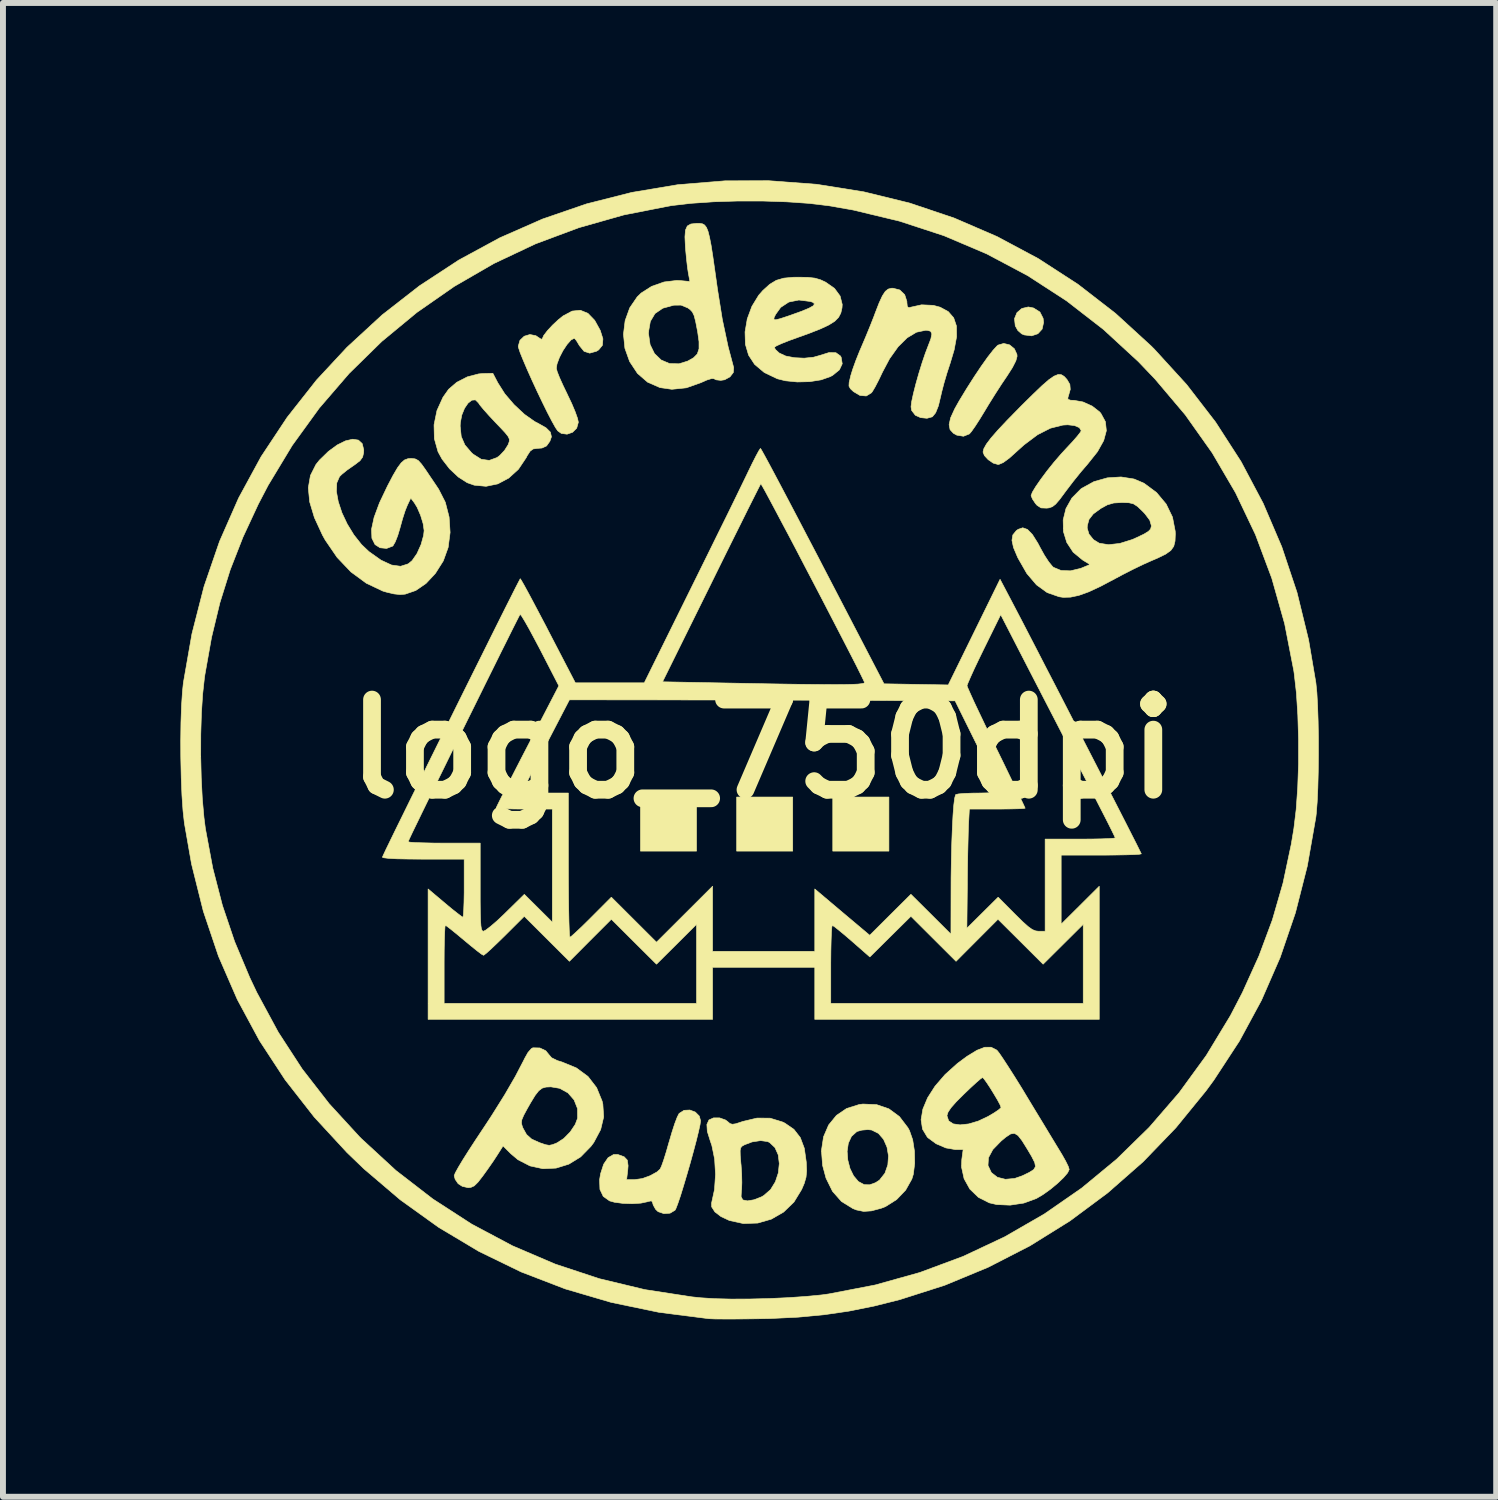
<source format=kicad_pcb>
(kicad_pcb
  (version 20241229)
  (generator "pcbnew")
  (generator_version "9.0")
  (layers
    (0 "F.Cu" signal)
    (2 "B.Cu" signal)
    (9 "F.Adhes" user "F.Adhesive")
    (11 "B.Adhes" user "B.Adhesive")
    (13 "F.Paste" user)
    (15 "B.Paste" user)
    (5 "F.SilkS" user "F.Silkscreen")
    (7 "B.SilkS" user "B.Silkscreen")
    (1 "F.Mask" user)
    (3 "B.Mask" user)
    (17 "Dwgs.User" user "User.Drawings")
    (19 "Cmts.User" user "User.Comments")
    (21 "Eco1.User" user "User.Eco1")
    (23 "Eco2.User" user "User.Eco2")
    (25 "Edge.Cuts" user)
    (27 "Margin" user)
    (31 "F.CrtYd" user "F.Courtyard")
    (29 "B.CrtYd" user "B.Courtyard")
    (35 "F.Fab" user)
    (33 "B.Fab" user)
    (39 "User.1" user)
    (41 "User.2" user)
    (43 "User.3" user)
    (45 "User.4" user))
  (footprint "logo_750dpi"
    (layer "F.Cu")
    (at 9.843 9.611)
    (property "Reference" "logo_750dpi" (at 0 0 0) (layer "F.SilkS") (effects (font (size 1.524 1.524) (thickness 0.3))))
    (attr through_hole)
    (fp_poly (pts (xy -1.118 1.727) (xy -2.066 1.727) (xy -2.066 0.813) (xy -1.118 0.813) (xy -1.118 1.727)) (stroke (width 0.01) (type solid)) (fill yes) (layer "F.SilkS"))
    (fp_poly (pts (xy 0.508 1.727) (xy -0.44 1.727) (xy -0.44 0.813) (xy 0.508 0.813) (xy 0.508 1.727)) (stroke (width 0.01) (type solid)) (fill yes) (layer "F.SilkS"))
    (fp_poly (pts (xy 2.134 1.727) (xy 1.185 1.727) (xy 1.185 0.813) (xy 2.134 0.813) (xy 2.134 1.727)) (stroke (width 0.01) (type solid)) (fill yes) (layer "F.SilkS"))
    (fp_poly (pts (xy 4.58 -7.454) (xy 4.687 -7.386) (xy 4.741 -7.28) (xy 4.749 -7.21) (xy 4.724 -7.097) (xy 4.652 -7.019) (xy 4.547 -6.984) (xy 4.422 -6.999) (xy 4.379 -7.017) (xy 4.314 -7.074) (xy 4.27 -7.153) (xy 4.257 -7.274) (xy 4.299 -7.376) (xy 4.381 -7.446) (xy 4.49 -7.472) (xy 4.58 -7.454)) (stroke (width 0.01) (type solid)) (fill yes) (layer "F.SilkS"))
    (fp_poly (pts (xy 4.174 -6.831) (xy 4.255 -6.765) (xy 4.298 -6.67) (xy 4.301 -6.638) (xy 4.28 -6.561) (xy 4.222 -6.447) (xy 4.135 -6.311) (xy 4.132 -6.306) (xy 4.042 -6.173) (xy 3.934 -6.006) (xy 3.824 -5.83) (xy 3.756 -5.717) (xy 3.67 -5.576) (xy 3.592 -5.455) (xy 3.53 -5.367) (xy 3.495 -5.326) (xy 3.395 -5.286) (xy 3.281 -5.305) (xy 3.225 -5.336) (xy 3.168 -5.398) (xy 3.152 -5.482) (xy 3.177 -5.597) (xy 3.246 -5.748) (xy 3.321 -5.882) (xy 3.446 -6.088) (xy 3.572 -6.286) (xy 3.693 -6.467) (xy 3.803 -6.622) (xy 3.895 -6.74) (xy 3.962 -6.813) (xy 3.979 -6.827) (xy 4.075 -6.855) (xy 4.174 -6.831)) (stroke (width 0.01) (type solid)) (fill yes) (layer "F.SilkS"))
    (fp_poly (pts (xy 1.927 6.013) (xy 2.134 6.084) (xy 2.312 6.215) (xy 2.455 6.403) (xy 2.481 6.45) (xy 2.536 6.607) (xy 2.566 6.801) (xy 2.57 7.004) (xy 2.547 7.189) (xy 2.522 7.271) (xy 2.417 7.458) (xy 2.264 7.618) (xy 2.079 7.735) (xy 2.003 7.765) (xy 1.838 7.809) (xy 1.707 7.818) (xy 1.585 7.793) (xy 1.524 7.769) (xy 1.333 7.651) (xy 1.181 7.479) (xy 1.071 7.256) (xy 1.013 7.04) (xy 0.995 6.802) (xy 1.428 6.802) (xy 1.439 6.949) (xy 1.476 7.092) (xy 1.537 7.217) (xy 1.618 7.313) (xy 1.717 7.366) (xy 1.809 7.368) (xy 1.907 7.333) (xy 1.975 7.289) (xy 2.067 7.172) (xy 2.116 7.031) (xy 2.127 6.88) (xy 2.102 6.732) (xy 2.044 6.6) (xy 1.957 6.499) (xy 1.843 6.442) (xy 1.777 6.435) (xy 1.676 6.444) (xy 1.594 6.467) (xy 1.59 6.47) (xy 1.501 6.55) (xy 1.448 6.665) (xy 1.428 6.802) (xy 0.995 6.802) (xy 0.994 6.787) (xy 1.029 6.557) (xy 1.115 6.357) (xy 1.247 6.195) (xy 1.419 6.078) (xy 1.629 6.012) (xy 1.694 6.003) (xy 1.927 6.013)) (stroke (width 0.01) (type solid)) (fill yes) (layer "F.SilkS"))
    (fp_poly (pts (xy -1.138 6.139) (xy -1.071 6.207) (xy -1.05 6.285) (xy -1.059 6.353) (xy -1.085 6.47) (xy -1.123 6.625) (xy -1.171 6.806) (xy -1.225 7.002) (xy -1.282 7.199) (xy -1.338 7.387) (xy -1.389 7.553) (xy -1.434 7.685) (xy -1.467 7.771) (xy -1.482 7.798) (xy -1.566 7.848) (xy -1.671 7.855) (xy -1.768 7.822) (xy -1.81 7.782) (xy -1.85 7.71) (xy -1.863 7.664) (xy -1.88 7.639) (xy -1.94 7.651) (xy -1.95 7.655) (xy -2.058 7.678) (xy -2.206 7.687) (xy -2.364 7.682) (xy -2.506 7.663) (xy -2.588 7.64) (xy -2.695 7.564) (xy -2.751 7.446) (xy -2.757 7.283) (xy -2.74 7.18) (xy -2.688 7.02) (xy -2.613 6.91) (xy -2.522 6.857) (xy -2.445 6.857) (xy -2.341 6.895) (xy -2.288 6.952) (xy -2.275 7.046) (xy -2.281 7.119) (xy -2.3 7.281) (xy -2.165 7.281) (xy -2.037 7.263) (xy -1.901 7.214) (xy -1.784 7.149) (xy -1.734 7.103) (xy -1.71 7.053) (xy -1.674 6.952) (xy -1.631 6.815) (xy -1.585 6.654) (xy -1.581 6.642) (xy -1.533 6.478) (xy -1.486 6.333) (xy -1.444 6.223) (xy -1.413 6.163) (xy -1.412 6.162) (xy -1.329 6.109) (xy -1.231 6.104) (xy -1.138 6.139)) (stroke (width 0.01) (type solid)) (fill yes) (layer "F.SilkS"))
    (fp_poly (pts (xy -2.954 -7.364) (xy -2.84 -7.246) (xy -2.746 -7.076) (xy -2.701 -6.933) (xy -2.709 -6.824) (xy -2.773 -6.746) (xy -2.81 -6.723) (xy -2.924 -6.691) (xy -3.019 -6.722) (xy -3.099 -6.82) (xy -3.103 -6.827) (xy -3.147 -6.901) (xy -3.18 -6.941) (xy -3.185 -6.943) (xy -3.24 -6.914) (xy -3.307 -6.838) (xy -3.376 -6.734) (xy -3.436 -6.618) (xy -3.477 -6.508) (xy -3.488 -6.435) (xy -3.474 -6.379) (xy -3.434 -6.277) (xy -3.374 -6.144) (xy -3.302 -5.995) (xy -3.302 -5.994) (xy -3.229 -5.841) (xy -3.17 -5.701) (xy -3.13 -5.589) (xy -3.116 -5.523) (xy -3.144 -5.423) (xy -3.214 -5.353) (xy -3.307 -5.321) (xy -3.404 -5.334) (xy -3.465 -5.378) (xy -3.505 -5.437) (xy -3.565 -5.545) (xy -3.64 -5.689) (xy -3.724 -5.86) (xy -3.812 -6.044) (xy -3.899 -6.232) (xy -3.979 -6.411) (xy -4.047 -6.57) (xy -4.099 -6.698) (xy -4.127 -6.783) (xy -4.132 -6.807) (xy -4.103 -6.908) (xy -4.031 -6.977) (xy -3.935 -7.006) (xy -3.834 -6.986) (xy -3.787 -6.954) (xy -3.741 -6.925) (xy -3.725 -6.936) (xy -3.701 -6.99) (xy -3.638 -7.072) (xy -3.55 -7.167) (xy -3.451 -7.259) (xy -3.373 -7.321) (xy -3.221 -7.402) (xy -3.082 -7.416) (xy -2.954 -7.364)) (stroke (width 0.01) (type solid)) (fill yes) (layer "F.SilkS"))
    (fp_poly (pts (xy -4.477 -6.189) (xy -4.359 -6.003) (xy -4.203 -5.821) (xy -4.029 -5.658) (xy -3.855 -5.535) (xy -3.8 -5.507) (xy -3.664 -5.43) (xy -3.589 -5.356) (xy -3.571 -5.277) (xy -3.597 -5.202) (xy -3.654 -5.122) (xy -3.731 -5.087) (xy -3.813 -5.081) (xy -3.881 -5.071) (xy -3.931 -5.034) (xy -3.983 -4.954) (xy -3.997 -4.925) (xy -4.129 -4.728) (xy -4.293 -4.579) (xy -4.478 -4.481) (xy -4.676 -4.44) (xy -4.876 -4.459) (xy -4.995 -4.501) (xy -5.145 -4.597) (xy -5.294 -4.737) (xy -5.42 -4.9) (xy -5.488 -5.024) (xy -5.55 -5.245) (xy -5.555 -5.459) (xy -5.114 -5.459) (xy -5.096 -5.282) (xy -5.034 -5.139) (xy -4.92 -5.006) (xy -4.894 -4.983) (xy -4.758 -4.897) (xy -4.622 -4.878) (xy -4.491 -4.926) (xy -4.444 -4.961) (xy -4.364 -5.046) (xy -4.304 -5.141) (xy -4.301 -5.148) (xy -4.284 -5.196) (xy -4.282 -5.237) (xy -4.303 -5.283) (xy -4.353 -5.346) (xy -4.44 -5.439) (xy -4.511 -5.513) (xy -4.62 -5.629) (xy -4.714 -5.734) (xy -4.781 -5.815) (xy -4.805 -5.851) (xy -4.856 -5.901) (xy -4.917 -5.896) (xy -4.981 -5.845) (xy -5.04 -5.759) (xy -5.086 -5.646) (xy -5.111 -5.516) (xy -5.114 -5.459) (xy -5.555 -5.459) (xy -5.555 -5.482) (xy -5.506 -5.721) (xy -5.405 -5.944) (xy -5.309 -6.08) (xy -5.171 -6.199) (xy -4.993 -6.29) (xy -4.802 -6.34) (xy -4.732 -6.346) (xy -4.561 -6.35) (xy -4.477 -6.189)) (stroke (width 0.01) (type solid)) (fill yes) (layer "F.SilkS"))
    (fp_poly (pts (xy -0.728 6.237) (xy -0.629 6.272) (xy -0.595 6.297) (xy -0.553 6.333) (xy -0.512 6.345) (xy -0.453 6.336) (xy -0.353 6.303) (xy -0.339 6.298) (xy -0.095 6.24) (xy 0.126 6.242) (xy 0.335 6.306) (xy 0.376 6.326) (xy 0.528 6.431) (xy 0.636 6.57) (xy 0.704 6.751) (xy 0.737 6.984) (xy 0.737 6.99) (xy 0.743 7.133) (xy 0.733 7.24) (xy 0.703 7.344) (xy 0.659 7.447) (xy 0.529 7.66) (xy 0.354 7.829) (xy 0.146 7.949) (xy -0.084 8.015) (xy -0.327 8.023) (xy -0.564 7.971) (xy -0.705 7.905) (xy -0.808 7.826) (xy -0.862 7.742) (xy -0.864 7.678) (xy -0.814 7.448) (xy -0.797 7.192) (xy -0.812 6.935) (xy -0.841 6.791) (xy -0.381 6.791) (xy -0.379 6.874) (xy -0.368 7.009) (xy -0.365 7.033) (xy -0.355 7.187) (xy -0.352 7.331) (xy -0.356 7.441) (xy -0.359 7.463) (xy -0.365 7.567) (xy -0.338 7.621) (xy -0.334 7.624) (xy -0.256 7.64) (xy -0.145 7.621) (xy -0.022 7.573) (xy 0.018 7.55) (xy 0.133 7.45) (xy 0.215 7.317) (xy 0.265 7.166) (xy 0.281 7.009) (xy 0.263 6.862) (xy 0.208 6.739) (xy 0.117 6.653) (xy 0.083 6.637) (xy -0.035 6.621) (xy -0.179 6.643) (xy -0.306 6.691) (xy -0.347 6.714) (xy -0.371 6.742) (xy -0.381 6.791) (xy -0.841 6.791) (xy -0.859 6.704) (xy -0.885 6.628) (xy -0.936 6.465) (xy -0.943 6.348) (xy -0.908 6.272) (xy -0.831 6.237) (xy -0.728 6.237)) (stroke (width 0.01) (type solid)) (fill yes) (layer "F.SilkS"))
    (fp_poly (pts (xy 2.318 -7.759) (xy 2.401 -7.679) (xy 2.438 -7.564) (xy 2.438 -7.549) (xy 2.445 -7.477) (xy 2.472 -7.459) (xy 2.496 -7.466) (xy 2.686 -7.508) (xy 2.885 -7.499) (xy 3 -7.468) (xy 3.138 -7.393) (xy 3.229 -7.288) (xy 3.276 -7.149) (xy 3.278 -6.969) (xy 3.237 -6.746) (xy 3.17 -6.522) (xy 3.115 -6.354) (xy 3.065 -6.184) (xy 3.027 -6.038) (xy 3.013 -5.977) (xy 2.971 -5.801) (xy 2.924 -5.683) (xy 2.87 -5.617) (xy 2.865 -5.614) (xy 2.778 -5.59) (xy 2.67 -5.601) (xy 2.581 -5.641) (xy 2.518 -5.723) (xy 2.508 -5.785) (xy 2.519 -5.872) (xy 2.548 -6.007) (xy 2.59 -6.172) (xy 2.641 -6.352) (xy 2.696 -6.53) (xy 2.75 -6.689) (xy 2.792 -6.799) (xy 2.843 -6.932) (xy 2.86 -7.016) (xy 2.84 -7.061) (xy 2.784 -7.077) (xy 2.755 -7.078) (xy 2.6 -7.045) (xy 2.443 -6.951) (xy 2.29 -6.8) (xy 2.146 -6.598) (xy 2.027 -6.374) (xy 1.962 -6.238) (xy 1.902 -6.122) (xy 1.854 -6.041) (xy 1.838 -6.02) (xy 1.751 -5.967) (xy 1.645 -5.976) (xy 1.535 -6.041) (xy 1.483 -6.09) (xy 1.459 -6.134) (xy 1.462 -6.195) (xy 1.486 -6.297) (xy 1.487 -6.304) (xy 1.522 -6.418) (xy 1.576 -6.568) (xy 1.64 -6.728) (xy 1.667 -6.79) (xy 1.741 -6.964) (xy 1.819 -7.154) (xy 1.887 -7.327) (xy 1.901 -7.366) (xy 1.969 -7.541) (xy 2.024 -7.66) (xy 2.073 -7.735) (xy 2.122 -7.774) (xy 2.18 -7.789) (xy 2.202 -7.789) (xy 2.318 -7.759)) (stroke (width 0.01) (type solid)) (fill yes) (layer "F.SilkS"))
    (fp_poly (pts (xy 0.768 -7.972) (xy 0.883 -7.959) (xy 0.978 -7.931) (xy 1.064 -7.891) (xy 1.214 -7.786) (xy 1.309 -7.657) (xy 1.345 -7.514) (xy 1.341 -7.455) (xy 1.321 -7.369) (xy 1.283 -7.296) (xy 1.219 -7.231) (xy 1.121 -7.169) (xy 0.981 -7.103) (xy 0.791 -7.028) (xy 0.599 -6.959) (xy 0.447 -6.904) (xy 0.321 -6.854) (xy 0.233 -6.814) (xy 0.196 -6.79) (xy 0.196 -6.789) (xy 0.218 -6.75) (xy 0.277 -6.696) (xy 0.284 -6.691) (xy 0.39 -6.642) (xy 0.537 -6.614) (xy 0.702 -6.606) (xy 0.859 -6.622) (xy 0.962 -6.651) (xy 1.122 -6.701) (xy 1.239 -6.698) (xy 1.315 -6.643) (xy 1.327 -6.621) (xy 1.345 -6.511) (xy 1.297 -6.409) (xy 1.183 -6.316) (xy 1.144 -6.295) (xy 0.989 -6.24) (xy 0.794 -6.209) (xy 0.585 -6.204) (xy 0.384 -6.224) (xy 0.248 -6.258) (xy 0.028 -6.363) (xy -0.136 -6.501) (xy -0.238 -6.657) (xy -0.292 -6.84) (xy -0.298 -7.05) (xy -0.262 -7.26) (xy 0.19 -7.26) (xy 0.222 -7.255) (xy 0.298 -7.274) (xy 0.425 -7.316) (xy 0.46 -7.328) (xy 0.652 -7.397) (xy 0.783 -7.451) (xy 0.856 -7.492) (xy 0.876 -7.525) (xy 0.847 -7.551) (xy 0.804 -7.565) (xy 0.611 -7.589) (xy 0.442 -7.555) (xy 0.305 -7.465) (xy 0.219 -7.346) (xy 0.192 -7.29) (xy 0.19 -7.26) (xy -0.262 -7.26) (xy -0.261 -7.269) (xy -0.182 -7.482) (xy -0.067 -7.67) (xy 0.002 -7.749) (xy 0.119 -7.855) (xy 0.23 -7.922) (xy 0.357 -7.959) (xy 0.519 -7.974) (xy 0.611 -7.975) (xy 0.768 -7.972)) (stroke (width 0.01) (type solid)) (fill yes) (layer "F.SilkS"))
    (fp_poly (pts (xy 5.048 -6.327) (xy 5.096 -6.298) (xy 5.144 -6.246) (xy 5.147 -6.241) (xy 5.193 -6.163) (xy 5.2 -6.078) (xy 5.168 -5.965) (xy 5.161 -5.947) (xy 5.16 -5.911) (xy 5.205 -5.895) (xy 5.264 -5.893) (xy 5.415 -5.866) (xy 5.57 -5.796) (xy 5.697 -5.697) (xy 5.719 -5.67) (xy 5.794 -5.532) (xy 5.81 -5.38) (xy 5.765 -5.213) (xy 5.66 -5.025) (xy 5.495 -4.818) (xy 5.379 -4.683) (xy 5.25 -4.523) (xy 5.132 -4.368) (xy 5.112 -4.341) (xy 5.02 -4.217) (xy 4.953 -4.139) (xy 4.898 -4.096) (xy 4.843 -4.076) (xy 4.802 -4.071) (xy 4.706 -4.075) (xy 4.638 -4.119) (xy 4.61 -4.151) (xy 4.561 -4.225) (xy 4.538 -4.281) (xy 4.538 -4.283) (xy 4.559 -4.34) (xy 4.617 -4.436) (xy 4.703 -4.56) (xy 4.808 -4.701) (xy 4.925 -4.847) (xy 5.045 -4.986) (xy 5.136 -5.085) (xy 5.238 -5.194) (xy 5.32 -5.288) (xy 5.372 -5.355) (xy 5.385 -5.38) (xy 5.354 -5.432) (xy 5.272 -5.467) (xy 5.156 -5.48) (xy 5.074 -5.475) (xy 4.863 -5.422) (xy 4.647 -5.312) (xy 4.419 -5.141) (xy 4.311 -5.044) (xy 4.171 -4.918) (xy 4.066 -4.841) (xy 3.992 -4.81) (xy 3.978 -4.809) (xy 3.898 -4.832) (xy 3.814 -4.889) (xy 3.749 -4.959) (xy 3.725 -5.019) (xy 3.739 -5.076) (xy 3.782 -5.153) (xy 3.859 -5.255) (xy 3.974 -5.387) (xy 4.13 -5.553) (xy 4.332 -5.759) (xy 4.385 -5.813) (xy 4.574 -5.999) (xy 4.722 -6.141) (xy 4.837 -6.241) (xy 4.925 -6.302) (xy 4.994 -6.33) (xy 5.048 -6.327)) (stroke (width 0.01) (type solid)) (fill yes) (layer "F.SilkS"))
    (fp_poly (pts (xy -1.061 -8.884) (xy -1.017 -8.877) (xy -0.982 -8.857) (xy -0.951 -8.817) (xy -0.924 -8.752) (xy -0.899 -8.653) (xy -0.872 -8.515) (xy -0.843 -8.33) (xy -0.809 -8.092) (xy -0.767 -7.794) (xy -0.764 -7.772) (xy -0.682 -7.26) (xy -0.584 -6.799) (xy -0.49 -6.446) (xy -0.496 -6.364) (xy -0.553 -6.29) (xy -0.643 -6.241) (xy -0.709 -6.231) (xy -0.786 -6.24) (xy -0.827 -6.26) (xy -0.864 -6.261) (xy -0.943 -6.237) (xy -1.04 -6.194) (xy -1.29 -6.105) (xy -1.535 -6.08) (xy -1.737 -6.109) (xy -1.945 -6.2) (xy -2.116 -6.348) (xy -2.249 -6.549) (xy -2.329 -6.773) (xy -2.353 -7.009) (xy -2.352 -7.021) (xy -1.93 -7.021) (xy -1.903 -6.835) (xy -1.829 -6.684) (xy -1.716 -6.575) (xy -1.575 -6.515) (xy -1.415 -6.511) (xy -1.269 -6.556) (xy -1.168 -6.613) (xy -1.105 -6.677) (xy -1.076 -6.764) (xy -1.076 -6.886) (xy -1.1 -7.057) (xy -1.105 -7.081) (xy -1.134 -7.23) (xy -1.159 -7.326) (xy -1.189 -7.388) (xy -1.228 -7.429) (xy -1.266 -7.456) (xy -1.38 -7.503) (xy -1.502 -7.502) (xy -1.688 -7.451) (xy -1.82 -7.361) (xy -1.899 -7.228) (xy -1.93 -7.05) (xy -1.93 -7.021) (xy -2.352 -7.021) (xy -2.325 -7.241) (xy -2.247 -7.457) (xy -2.121 -7.642) (xy -2.054 -7.707) (xy -1.877 -7.82) (xy -1.668 -7.894) (xy -1.454 -7.92) (xy -1.389 -7.917) (xy -1.23 -7.902) (xy -1.256 -8.04) (xy -1.271 -8.139) (xy -1.287 -8.279) (xy -1.302 -8.436) (xy -1.306 -8.485) (xy -1.314 -8.656) (xy -1.305 -8.771) (xy -1.274 -8.84) (xy -1.215 -8.874) (xy -1.124 -8.884) (xy -1.114 -8.884) (xy -1.061 -8.884)) (stroke (width 0.01) (type solid)) (fill yes) (layer "F.SilkS"))
    (fp_poly (pts (xy -3.766 5.055) (xy -3.667 5.102) (xy -3.619 5.161) (xy -3.569 5.22) (xy -3.472 5.268) (xy -3.391 5.293) (xy -3.15 5.392) (xy -2.953 5.537) (xy -2.807 5.726) (xy -2.714 5.954) (xy -2.702 6.004) (xy -2.688 6.221) (xy -2.739 6.435) (xy -2.855 6.653) (xy -2.904 6.719) (xy -3.077 6.896) (xy -3.277 7.019) (xy -3.493 7.086) (xy -3.715 7.096) (xy -3.933 7.049) (xy -4.137 6.944) (xy -4.258 6.842) (xy -4.389 6.711) (xy -4.486 6.864) (xy -4.558 6.974) (xy -4.65 7.106) (xy -4.73 7.217) (xy -4.813 7.324) (xy -4.876 7.386) (xy -4.933 7.412) (xy -4.978 7.417) (xy -5.078 7.394) (xy -5.148 7.349) (xy -5.198 7.276) (xy -5.215 7.215) (xy -5.197 7.168) (xy -5.146 7.075) (xy -5.068 6.945) (xy -4.969 6.788) (xy -4.855 6.613) (xy -4.833 6.58) (xy -4.664 6.325) (xy -4.079 6.325) (xy -4.064 6.38) (xy -4.053 6.408) (xy -3.992 6.518) (xy -3.906 6.595) (xy -3.774 6.655) (xy -3.768 6.657) (xy -3.672 6.69) (xy -3.609 6.701) (xy -3.551 6.689) (xy -3.476 6.659) (xy -3.363 6.586) (xy -3.253 6.474) (xy -3.168 6.347) (xy -3.129 6.243) (xy -3.13 6.08) (xy -3.188 5.933) (xy -3.292 5.814) (xy -3.432 5.737) (xy -3.58 5.712) (xy -3.664 5.716) (xy -3.729 5.735) (xy -3.786 5.779) (xy -3.847 5.857) (xy -3.922 5.98) (xy -3.978 6.078) (xy -4.04 6.193) (xy -4.072 6.269) (xy -4.079 6.325) (xy -4.664 6.325) (xy -4.576 6.19) (xy -4.357 5.84) (xy -4.18 5.534) (xy -4.045 5.275) (xy -4.024 5.232) (xy -3.967 5.131) (xy -3.91 5.066) (xy -3.884 5.052) (xy -3.766 5.055)) (stroke (width 0.01) (type solid)) (fill yes) (layer "F.SilkS"))
    (fp_poly (pts (xy 6.279 -4.563) (xy 6.446 -4.492) (xy 6.659 -4.334) (xy 6.821 -4.14) (xy 6.928 -3.919) (xy 6.974 -3.681) (xy 6.976 -3.634) (xy 6.971 -3.514) (xy 6.949 -3.425) (xy 6.899 -3.355) (xy 6.812 -3.293) (xy 6.677 -3.227) (xy 6.576 -3.184) (xy 6.435 -3.121) (xy 6.261 -3.037) (xy 6.079 -2.944) (xy 5.961 -2.881) (xy 5.714 -2.75) (xy 5.512 -2.656) (xy 5.345 -2.596) (xy 5.204 -2.566) (xy 5.079 -2.563) (xy 5.012 -2.573) (xy 4.81 -2.643) (xy 4.629 -2.774) (xy 4.465 -2.967) (xy 4.318 -3.224) (xy 4.309 -3.242) (xy 4.24 -3.405) (xy 4.214 -3.527) (xy 4.229 -3.618) (xy 4.287 -3.689) (xy 4.318 -3.712) (xy 4.397 -3.739) (xy 4.476 -3.711) (xy 4.559 -3.626) (xy 4.651 -3.48) (xy 4.691 -3.404) (xy 4.763 -3.274) (xy 4.837 -3.161) (xy 4.9 -3.084) (xy 4.916 -3.07) (xy 5.044 -3.017) (xy 5.203 -3.011) (xy 5.375 -3.052) (xy 5.4 -3.062) (xy 5.534 -3.118) (xy 5.409 -3.194) (xy 5.249 -3.326) (xy 5.141 -3.491) (xy 5.084 -3.676) (xy 5.083 -3.733) (xy 5.486 -3.733) (xy 5.516 -3.632) (xy 5.592 -3.538) (xy 5.69 -3.478) (xy 5.846 -3.453) (xy 6.037 -3.474) (xy 6.248 -3.54) (xy 6.318 -3.571) (xy 6.444 -3.631) (xy 6.52 -3.677) (xy 6.558 -3.717) (xy 6.57 -3.763) (xy 6.57 -3.778) (xy 6.544 -3.867) (xy 6.462 -3.976) (xy 6.422 -4.018) (xy 6.336 -4.1) (xy 6.268 -4.144) (xy 6.192 -4.162) (xy 6.08 -4.166) (xy 6.073 -4.166) (xy 5.935 -4.158) (xy 5.827 -4.127) (xy 5.716 -4.066) (xy 5.589 -3.973) (xy 5.517 -3.881) (xy 5.488 -3.776) (xy 5.486 -3.733) (xy 5.083 -3.733) (xy 5.08 -3.871) (xy 5.127 -4.063) (xy 5.227 -4.241) (xy 5.378 -4.394) (xy 5.396 -4.407) (xy 5.6 -4.519) (xy 5.826 -4.583) (xy 6.058 -4.598) (xy 6.279 -4.563)) (stroke (width 0.01) (type solid)) (fill yes) (layer "F.SilkS"))
    (fp_poly (pts (xy -6.834 -5.221) (xy -6.77 -5.162) (xy -6.744 -5.057) (xy -6.746 -5.007) (xy -6.763 -4.934) (xy -6.807 -4.873) (xy -6.894 -4.806) (xy -6.926 -4.784) (xy -7.029 -4.712) (xy -7.116 -4.641) (xy -7.154 -4.603) (xy -7.2 -4.497) (xy -7.206 -4.352) (xy -7.175 -4.181) (xy -7.113 -3.993) (xy -7.023 -3.802) (xy -6.911 -3.619) (xy -6.781 -3.455) (xy -6.657 -3.337) (xy -6.453 -3.192) (xy -6.274 -3.109) (xy -6.121 -3.088) (xy -5.992 -3.129) (xy -5.926 -3.184) (xy -5.844 -3.302) (xy -5.775 -3.455) (xy -5.732 -3.61) (xy -5.723 -3.691) (xy -5.74 -3.809) (xy -5.783 -3.95) (xy -5.841 -4.084) (xy -5.888 -4.161) (xy -5.949 -4.241) (xy -6.007 -4.119) (xy -6.044 -4.027) (xy -6.087 -3.894) (xy -6.127 -3.75) (xy -6.131 -3.735) (xy -6.17 -3.605) (xy -6.212 -3.499) (xy -6.249 -3.435) (xy -6.255 -3.429) (xy -6.357 -3.39) (xy -6.468 -3.401) (xy -6.553 -3.455) (xy -6.606 -3.562) (xy -6.612 -3.715) (xy -6.569 -3.914) (xy -6.478 -4.16) (xy -6.343 -4.444) (xy -6.248 -4.625) (xy -6.173 -4.753) (xy -6.111 -4.836) (xy -6.055 -4.885) (xy -5.996 -4.907) (xy -5.942 -4.911) (xy -5.876 -4.904) (xy -5.822 -4.876) (xy -5.766 -4.814) (xy -5.699 -4.72) (xy -5.615 -4.595) (xy -5.529 -4.468) (xy -5.477 -4.39) (xy -5.365 -4.17) (xy -5.301 -3.921) (xy -5.284 -3.66) (xy -5.317 -3.406) (xy -5.399 -3.179) (xy -5.533 -2.967) (xy -5.691 -2.798) (xy -5.864 -2.679) (xy -6.043 -2.617) (xy -6.13 -2.61) (xy -6.233 -2.621) (xy -6.36 -2.651) (xy -6.421 -2.669) (xy -6.7 -2.801) (xy -6.96 -2.992) (xy -7.194 -3.238) (xy -7.395 -3.532) (xy -7.44 -3.612) (xy -7.578 -3.911) (xy -7.658 -4.177) (xy -7.681 -4.414) (xy -7.645 -4.623) (xy -7.552 -4.808) (xy -7.493 -4.882) (xy -7.341 -5.03) (xy -7.192 -5.139) (xy -7.053 -5.208) (xy -6.931 -5.236) (xy -6.834 -5.221)) (stroke (width 0.01) (type solid)) (fill yes) (layer "F.SilkS"))
    (fp_poly (pts (xy 3.951 5.087) (xy 3.965 5.099) (xy 4.001 5.145) (xy 4.066 5.24) (xy 4.155 5.377) (xy 4.262 5.545) (xy 4.382 5.738) (xy 4.485 5.909) (xy 4.615 6.124) (xy 4.741 6.331) (xy 4.855 6.52) (xy 4.952 6.68) (xy 5.025 6.8) (xy 5.059 6.856) (xy 5.12 6.964) (xy 5.165 7.055) (xy 5.182 7.109) (xy 5.182 7.109) (xy 5.155 7.166) (xy 5.085 7.248) (xy 4.984 7.344) (xy 4.866 7.442) (xy 4.742 7.531) (xy 4.628 7.599) (xy 4.415 7.677) (xy 4.183 7.712) (xy 3.956 7.702) (xy 3.831 7.673) (xy 3.647 7.58) (xy 3.502 7.44) (xy 3.405 7.265) (xy 3.362 7.069) (xy 3.363 7.04) (xy 3.809 7.04) (xy 3.81 7.043) (xy 3.866 7.162) (xy 3.968 7.241) (xy 4.103 7.275) (xy 4.26 7.261) (xy 4.386 7.217) (xy 4.508 7.158) (xy 4.582 7.111) (xy 4.612 7.06) (xy 4.599 6.991) (xy 4.548 6.89) (xy 4.474 6.765) (xy 4.385 6.622) (xy 4.317 6.535) (xy 4.256 6.498) (xy 4.192 6.508) (xy 4.11 6.562) (xy 4.031 6.628) (xy 3.891 6.772) (xy 3.817 6.91) (xy 3.809 7.04) (xy 3.363 7.04) (xy 3.366 6.943) (xy 3.389 6.773) (xy 3.261 6.773) (xy 3.098 6.745) (xy 2.932 6.674) (xy 2.796 6.574) (xy 2.782 6.56) (xy 2.702 6.426) (xy 2.678 6.267) (xy 2.689 6.203) (xy 3.116 6.203) (xy 3.144 6.287) (xy 3.221 6.338) (xy 3.337 6.355) (xy 3.483 6.339) (xy 3.647 6.29) (xy 3.812 6.212) (xy 3.918 6.149) (xy 3.995 6.096) (xy 4.03 6.063) (xy 4.03 6.061) (xy 4.014 6.017) (xy 3.971 5.936) (xy 3.911 5.835) (xy 3.846 5.729) (xy 3.785 5.637) (xy 3.738 5.573) (xy 3.717 5.554) (xy 3.684 5.576) (xy 3.613 5.637) (xy 3.515 5.727) (xy 3.403 5.834) (xy 3.27 5.967) (xy 3.183 6.066) (xy 3.134 6.139) (xy 3.116 6.195) (xy 3.116 6.203) (xy 2.689 6.203) (xy 2.708 6.089) (xy 2.788 5.898) (xy 2.914 5.701) (xy 3.083 5.505) (xy 3.293 5.316) (xy 3.455 5.196) (xy 3.622 5.094) (xy 3.754 5.043) (xy 3.861 5.042) (xy 3.951 5.087)) (stroke (width 0.01) (type solid)) (fill yes) (layer "F.SilkS"))
    (fp_poly (pts (xy 0.915 -9.545) (xy 1.71 -9.418) (xy 2.485 -9.228) (xy 3.237 -8.975) (xy 3.964 -8.661) (xy 4.663 -8.287) (xy 5.331 -7.854) (xy 5.965 -7.363) (xy 6.564 -6.815) (xy 6.621 -6.758) (xy 7.167 -6.16) (xy 7.656 -5.526) (xy 8.088 -4.856) (xy 8.461 -4.152) (xy 8.776 -3.415) (xy 9.033 -2.645) (xy 9.229 -1.843) (xy 9.352 -1.118) (xy 9.369 -0.951) (xy 9.381 -0.73) (xy 9.39 -0.472) (xy 9.395 -0.189) (xy 9.395 0.104) (xy 9.392 0.392) (xy 9.385 0.662) (xy 9.374 0.899) (xy 9.359 1.089) (xy 9.352 1.151) (xy 9.207 1.979) (xy 9.006 2.77) (xy 8.748 3.525) (xy 8.433 4.247) (xy 8.06 4.937) (xy 7.627 5.599) (xy 7.494 5.78) (xy 6.986 6.403) (xy 6.431 6.979) (xy 5.832 7.505) (xy 5.194 7.979) (xy 4.519 8.399) (xy 3.812 8.762) (xy 3.076 9.067) (xy 2.315 9.31) (xy 1.88 9.419) (xy 1.456 9.504) (xy 1.036 9.565) (xy 0.598 9.606) (xy 0.122 9.629) (xy -0.034 9.632) (xy -0.26 9.635) (xy -0.472 9.637) (xy -0.658 9.637) (xy -0.804 9.636) (xy -0.9 9.632) (xy -0.914 9.631) (xy -1.752 9.524) (xy -2.56 9.356) (xy -3.337 9.128) (xy -4.083 8.841) (xy -4.797 8.494) (xy -5.478 8.087) (xy -6.126 7.622) (xy -6.741 7.098) (xy -7.027 6.823) (xy -7.58 6.224) (xy -8.073 5.593) (xy -8.507 4.93) (xy -8.882 4.234) (xy -9.199 3.505) (xy -9.456 2.742) (xy -9.655 1.945) (xy -9.776 1.253) (xy -9.799 1.045) (xy -9.817 0.786) (xy -9.829 0.492) (xy -9.836 0.178) (xy -9.837 0.122) (xy -9.5 0.122) (xy -9.491 0.492) (xy -9.473 0.842) (xy -9.445 1.157) (xy -9.421 1.346) (xy -9.296 2.016) (xy -9.133 2.646) (xy -8.927 3.256) (xy -8.671 3.865) (xy -8.551 4.118) (xy -8.189 4.788) (xy -7.784 5.411) (xy -7.328 5.998) (xy -6.815 6.557) (xy -6.783 6.589) (xy -6.199 7.127) (xy -5.576 7.608) (xy -4.919 8.033) (xy -4.229 8.4) (xy -3.509 8.708) (xy -2.763 8.955) (xy -1.992 9.14) (xy -1.2 9.262) (xy -1.049 9.278) (xy -0.817 9.293) (xy -0.535 9.3) (xy -0.221 9.299) (xy 0.107 9.291) (xy 0.433 9.276) (xy 0.737 9.255) (xy 1.004 9.229) (xy 1.118 9.213) (xy 1.901 9.062) (xy 2.659 8.85) (xy 3.39 8.578) (xy 4.091 8.248) (xy 4.759 7.863) (xy 5.391 7.425) (xy 5.984 6.935) (xy 6.534 6.397) (xy 7.04 5.812) (xy 7.499 5.182) (xy 7.907 4.509) (xy 8.11 4.118) (xy 8.39 3.499) (xy 8.617 2.889) (xy 8.797 2.266) (xy 8.936 1.611) (xy 8.98 1.346) (xy 9.019 1.022) (xy 9.045 0.651) (xy 9.059 0.25) (xy 9.059 -0.162) (xy 9.047 -0.567) (xy 9.023 -0.945) (xy 8.985 -1.279) (xy 8.979 -1.321) (xy 8.824 -2.117) (xy 8.607 -2.885) (xy 8.331 -3.623) (xy 7.994 -4.331) (xy 7.599 -5.006) (xy 7.145 -5.647) (xy 6.633 -6.253) (xy 6.349 -6.55) (xy 5.76 -7.092) (xy 5.136 -7.576) (xy 4.479 -8.002) (xy 3.788 -8.369) (xy 3.066 -8.676) (xy 2.312 -8.923) (xy 1.529 -9.111) (xy 1.118 -9.183) (xy 0.786 -9.223) (xy 0.407 -9.249) (xy -0.002 -9.263) (xy -0.419 -9.263) (xy -0.828 -9.25) (xy -1.209 -9.224) (xy -1.544 -9.185) (xy -1.558 -9.183) (xy -2.346 -9.028) (xy -3.108 -8.812) (xy -3.842 -8.538) (xy -4.545 -8.206) (xy -5.214 -7.819) (xy -5.846 -7.379) (xy -6.439 -6.889) (xy -6.99 -6.349) (xy -7.495 -5.763) (xy -7.953 -5.131) (xy -8.36 -4.457) (xy -8.526 -4.139) (xy -8.786 -3.58) (xy -9.001 -3.03) (xy -9.176 -2.471) (xy -9.317 -1.886) (xy -9.429 -1.257) (xy -9.437 -1.202) (xy -9.467 -0.929) (xy -9.488 -0.606) (xy -9.499 -0.25) (xy -9.5 0.122) (xy -9.837 0.122) (xy -9.838 -0.141) (xy -9.834 -0.449) (xy -9.824 -0.732) (xy -9.808 -0.973) (xy -9.793 -1.118) (xy -9.648 -1.947) (xy -9.444 -2.745) (xy -9.181 -3.51) (xy -8.859 -4.242) (xy -8.479 -4.941) (xy -8.039 -5.605) (xy -7.542 -6.236) (xy -7.027 -6.79) (xy -6.433 -7.337) (xy -5.802 -7.829) (xy -5.138 -8.264) (xy -4.443 -8.641) (xy -3.722 -8.958) (xy -2.978 -9.214) (xy -2.213 -9.408) (xy -1.432 -9.539) (xy -0.637 -9.604) (xy 0.102 -9.606) (xy 0.915 -9.545)) (stroke (width 0.01) (type solid)) (fill yes) (layer "F.SilkS"))
    (fp_poly (pts (xy -0.018 -5.051) (xy 0.029 -4.966) (xy 0.102 -4.832) (xy 0.198 -4.652) (xy 0.315 -4.431) (xy 0.45 -4.175) (xy 0.6 -3.889) (xy 0.763 -3.577) (xy 0.937 -3.245) (xy 1.017 -3.09) (xy 2.051 -1.101) (xy 3.137 -1.082) (xy 3.575 -1.975) (xy 4.013 -2.868) (xy 4.202 -2.509) (xy 4.283 -2.354) (xy 4.385 -2.159) (xy 4.504 -1.929) (xy 4.638 -1.67) (xy 4.783 -1.388) (xy 4.938 -1.089) (xy 5.098 -0.778) (xy 5.261 -0.461) (xy 5.424 -0.144) (xy 5.584 0.167) (xy 5.738 0.467) (xy 5.882 0.75) (xy 6.015 1.01) (xy 6.133 1.241) (xy 6.233 1.438) (xy 6.313 1.595) (xy 6.368 1.706) (xy 6.397 1.765) (xy 6.401 1.773) (xy 6.369 1.78) (xy 6.279 1.786) (xy 6.142 1.79) (xy 5.967 1.793) (xy 5.765 1.795) (xy 5.723 1.795) (xy 5.046 1.795) (xy 5.046 2.962) (xy 5.368 2.642) (xy 5.69 2.321) (xy 5.69 4.572) (xy 0.881 4.572) (xy 0.881 3.691) (xy -0.847 3.691) (xy -0.847 4.572) (xy -5.656 4.572) (xy -5.656 3.641) (xy -5.385 3.641) (xy -5.385 4.301) (xy -1.118 4.301) (xy -1.118 3.641) (xy 1.151 3.641) (xy 1.151 4.301) (xy 5.419 4.301) (xy 5.419 2.965) (xy 5.08 3.302) (xy 4.741 3.639) (xy 4.36 3.259) (xy 3.978 2.879) (xy 3.269 3.59) (xy 2.506 2.829) (xy 2.159 3.172) (xy 1.812 3.516) (xy 1.507 3.249) (xy 1.387 3.146) (xy 1.284 3.061) (xy 1.211 3.003) (xy 1.177 2.982) (xy 1.169 3.013) (xy 1.162 3.103) (xy 1.157 3.239) (xy 1.153 3.413) (xy 1.151 3.613) (xy 1.151 3.641) (xy -1.118 3.641) (xy -1.118 2.965) (xy -1.456 3.302) (xy -1.795 3.639) (xy -2.177 3.259) (xy -2.558 2.879) (xy -2.913 3.234) (xy -3.267 3.59) (xy -3.649 3.209) (xy -4.03 2.829) (xy -4.361 3.159) (xy -4.483 3.278) (xy -4.589 3.379) (xy -4.669 3.451) (xy -4.714 3.486) (xy -4.719 3.488) (xy -4.755 3.468) (xy -4.83 3.411) (xy -4.933 3.328) (xy -5.046 3.234) (xy -5.166 3.134) (xy -5.266 3.053) (xy -5.336 2.999) (xy -5.365 2.98) (xy -5.371 3.012) (xy -5.376 3.102) (xy -5.381 3.239) (xy -5.384 3.413) (xy -5.385 3.613) (xy -5.385 3.641) (xy -5.656 3.641) (xy -5.656 2.367) (xy -5.372 2.606) (xy -5.256 2.703) (xy -5.158 2.78) (xy -5.091 2.831) (xy -5.067 2.845) (xy -5.06 2.813) (xy -5.054 2.725) (xy -5.049 2.594) (xy -5.046 2.43) (xy -5.046 2.354) (xy -5.046 1.863) (xy -5.743 1.863) (xy -5.992 1.861) (xy -6.189 1.857) (xy -6.33 1.849) (xy -6.411 1.839) (xy -6.429 1.83) (xy -6.41 1.788) (xy -6.365 1.692) (xy -6.305 1.569) (xy -5.994 1.569) (xy -5.962 1.576) (xy -5.873 1.583) (xy -5.738 1.587) (xy -5.567 1.591) (xy -5.385 1.592) (xy -4.775 1.592) (xy -4.775 2.337) (xy -4.775 2.581) (xy -4.773 2.766) (xy -4.769 2.9) (xy -4.763 2.99) (xy -4.754 3.045) (xy -4.741 3.073) (xy -4.724 3.082) (xy -4.72 3.082) (xy -4.676 3.059) (xy -4.596 2.997) (xy -4.489 2.905) (xy -4.368 2.791) (xy -4.347 2.77) (xy -4.029 2.458) (xy -3.792 2.693) (xy -3.556 2.928) (xy -3.556 1.016) (xy -4.03 1.016) (xy -4.201 1.015) (xy -4.344 1.011) (xy -4.448 1.005) (xy -4.5 0.998) (xy -4.504 0.995) (xy -4.489 0.961) (xy -4.446 0.874) (xy -4.38 0.742) (xy -4.369 0.72) (xy -4.062 0.72) (xy -4.031 0.73) (xy -3.946 0.738) (xy -3.819 0.743) (xy -3.675 0.745) (xy -3.285 0.745) (xy -3.285 1.964) (xy -3.284 2.244) (xy -3.282 2.501) (xy -3.279 2.728) (xy -3.275 2.917) (xy -3.27 3.061) (xy -3.265 3.153) (xy -3.259 3.183) (xy -3.227 3.161) (xy -3.157 3.098) (xy -3.058 3.005) (xy -2.94 2.889) (xy -2.896 2.845) (xy -2.558 2.506) (xy -2.176 2.887) (xy -1.795 3.267) (xy -1.321 2.794) (xy -0.847 2.321) (xy -0.847 3.421) (xy 0.881 3.421) (xy 0.881 2.367) (xy 1.345 2.759) (xy 1.81 3.15) (xy 2.158 2.803) (xy 2.506 2.457) (xy 2.845 2.794) (xy 3.183 3.131) (xy 3.183 3.031) (xy 3.452 3.031) (xy 3.981 2.506) (xy 4.267 2.794) (xy 4.395 2.92) (xy 4.488 3.003) (xy 4.558 3.053) (xy 4.615 3.076) (xy 4.664 3.082) (xy 4.775 3.082) (xy 4.775 1.524) (xy 5.368 1.524) (xy 5.56 1.523) (xy 5.726 1.52) (xy 5.855 1.515) (xy 5.937 1.509) (xy 5.961 1.503) (xy 5.945 1.469) (xy 5.903 1.382) (xy 5.836 1.248) (xy 5.748 1.076) (xy 5.643 0.871) (xy 5.525 0.64) (xy 5.406 0.411) (xy 5.253 0.115) (xy 5.089 -0.203) (xy 4.921 -0.529) (xy 4.757 -0.846) (xy 4.606 -1.139) (xy 4.475 -1.393) (xy 4.438 -1.465) (xy 4.024 -2.27) (xy 3.739 -1.691) (xy 3.65 -1.508) (xy 3.572 -1.344) (xy 3.511 -1.209) (xy 3.47 -1.114) (xy 3.454 -1.07) (xy 3.454 -1.069) (xy 3.469 -1.029) (xy 3.51 -0.936) (xy 3.573 -0.797) (xy 3.657 -0.62) (xy 3.756 -0.412) (xy 3.867 -0.181) (xy 3.945 -0.02) (xy 4.063 0.221) (xy 4.17 0.443) (xy 4.264 0.637) (xy 4.341 0.797) (xy 4.398 0.916) (xy 4.43 0.985) (xy 4.437 1.001) (xy 4.405 1.007) (xy 4.317 1.011) (xy 4.186 1.014) (xy 4.024 1.016) (xy 3.965 1.016) (xy 3.494 1.016) (xy 3.48 1.278) (xy 3.476 1.393) (xy 3.472 1.56) (xy 3.467 1.765) (xy 3.463 1.994) (xy 3.46 2.231) (xy 3.46 2.286) (xy 3.452 3.031) (xy 3.183 3.031) (xy 3.184 2.505) (xy 3.185 2.177) (xy 3.19 1.866) (xy 3.197 1.581) (xy 3.207 1.328) (xy 3.218 1.114) (xy 3.231 0.946) (xy 3.246 0.83) (xy 3.262 0.774) (xy 3.265 0.771) (xy 3.313 0.76) (xy 3.412 0.752) (xy 3.547 0.747) (xy 3.649 0.746) (xy 3.793 0.743) (xy 3.908 0.736) (xy 3.98 0.725) (xy 3.996 0.717) (xy 3.982 0.68) (xy 3.941 0.59) (xy 3.879 0.458) (xy 3.798 0.29) (xy 3.703 0.097) (xy 3.625 -0.062) (xy 3.253 -0.813) (xy 1.771 -0.82) (xy 1.417 -0.822) (xy 1.012 -0.823) (xy 0.57 -0.825) (xy 0.107 -0.826) (xy -0.361 -0.827) (xy -0.819 -0.828) (xy -1.251 -0.828) (xy -1.489 -0.829) (xy -3.267 -0.83) (xy -3.663 -0.068) (xy -3.771 0.141) (xy -3.868 0.329) (xy -3.95 0.49) (xy -4.012 0.614) (xy -4.051 0.694) (xy -4.062 0.72) (xy -4.369 0.72) (xy -4.292 0.57) (xy -4.188 0.367) (xy -4.071 0.139) (xy -3.975 -0.046) (xy -3.446 -1.067) (xy -3.763 -1.683) (xy -3.86 -1.866) (xy -3.946 -2.026) (xy -4.018 -2.153) (xy -4.07 -2.239) (xy -4.098 -2.275) (xy -4.101 -2.275) (xy -4.12 -2.241) (xy -4.165 -2.152) (xy -4.234 -2.015) (xy -4.323 -1.836) (xy -4.43 -1.622) (xy -4.55 -1.379) (xy -4.682 -1.113) (xy -4.821 -0.831) (xy -4.966 -0.538) (xy -5.112 -0.242) (xy -5.257 0.052) (xy -5.397 0.338) (xy -5.53 0.608) (xy -5.652 0.858) (xy -5.76 1.079) (xy -5.851 1.267) (xy -5.923 1.415) (xy -5.971 1.517) (xy -5.993 1.566) (xy -5.994 1.569) (xy -6.305 1.569) (xy -6.295 1.548) (xy -6.204 1.361) (xy -6.094 1.138) (xy -5.969 0.883) (xy -5.83 0.602) (xy -5.682 0.301) (xy -5.526 -0.014) (xy -5.366 -0.338) (xy -5.204 -0.666) (xy -5.043 -0.991) (xy -4.886 -1.307) (xy -4.735 -1.61) (xy -4.594 -1.894) (xy -4.465 -2.153) (xy -4.351 -2.381) (xy -4.254 -2.573) (xy -4.179 -2.723) (xy -4.126 -2.825) (xy -4.1 -2.874) (xy -4.098 -2.878) (xy -4.079 -2.849) (xy -4.032 -2.767) (xy -3.963 -2.641) (xy -3.875 -2.476) (xy -3.772 -2.281) (xy -3.657 -2.063) (xy -3.624 -1.998) (xy -3.167 -1.118) (xy -2.584 -1.118) (xy -2.002 -1.118) (xy -1.993 -1.135) (xy -1.693 -1.135) (xy -0.804 -1.118) (xy -0.321 -1.109) (xy 0.099 -1.101) (xy 0.459 -1.095) (xy 0.764 -1.091) (xy 1.018 -1.089) (xy 1.225 -1.088) (xy 1.39 -1.089) (xy 1.516 -1.092) (xy 1.608 -1.096) (xy 1.67 -1.103) (xy 1.707 -1.11) (xy 1.721 -1.12) (xy 1.722 -1.125) (xy 1.703 -1.167) (xy 1.657 -1.261) (xy 1.588 -1.4) (xy 1.497 -1.578) (xy 1.389 -1.788) (xy 1.267 -2.024) (xy 1.135 -2.279) (xy 0.996 -2.547) (xy 0.853 -2.821) (xy 0.71 -3.094) (xy 0.571 -3.361) (xy 0.438 -3.614) (xy 0.314 -3.847) (xy 0.205 -4.053) (xy 0.112 -4.227) (xy 0.04 -4.361) (xy -0.009 -4.448) (xy -0.031 -4.483) (xy -0.032 -4.484) (xy -0.049 -4.451) (xy -0.093 -4.364) (xy -0.162 -4.227) (xy -0.253 -4.046) (xy -0.362 -3.826) (xy -0.488 -3.573) (xy -0.627 -3.293) (xy -0.776 -2.991) (xy -0.869 -2.802) (xy -1.693 -1.135) (xy -1.993 -1.135) (xy -1.219 -2.701) (xy -1.061 -3.021) (xy -0.906 -3.335) (xy -0.758 -3.636) (xy -0.62 -3.915) (xy -0.497 -4.166) (xy -0.393 -4.38) (xy -0.31 -4.551) (xy -0.253 -4.669) (xy -0.247 -4.682) (xy -0.175 -4.83) (xy -0.112 -4.954) (xy -0.065 -5.04) (xy -0.039 -5.079) (xy -0.037 -5.08) (xy -0.018 -5.051)) (stroke (width 0.01) (type solid)) (fill yes) (layer "F.SilkS")))
  (gr_rect
    (start -3 -3)
    (end 22.243 22.253)
    (stroke (width 0.1) (type default))
    (fill no)
    (layer "Edge.Cuts")))
</source>
